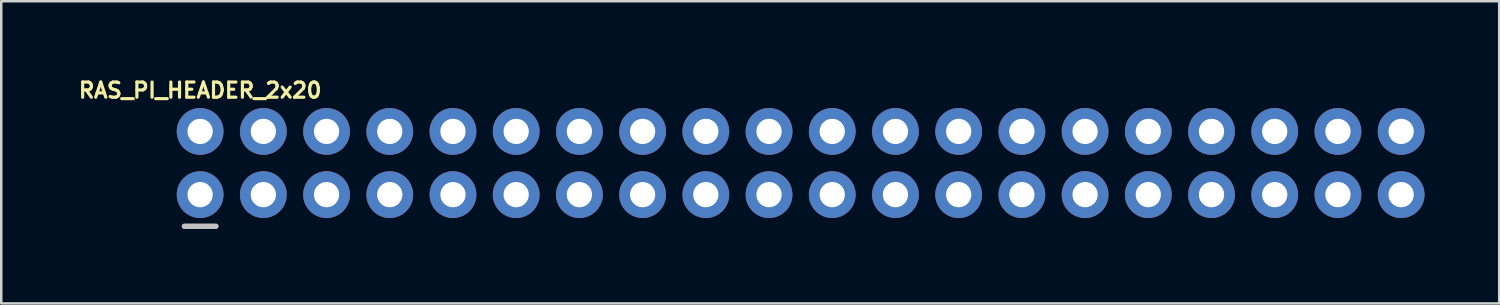
<source format=kicad_pcb>
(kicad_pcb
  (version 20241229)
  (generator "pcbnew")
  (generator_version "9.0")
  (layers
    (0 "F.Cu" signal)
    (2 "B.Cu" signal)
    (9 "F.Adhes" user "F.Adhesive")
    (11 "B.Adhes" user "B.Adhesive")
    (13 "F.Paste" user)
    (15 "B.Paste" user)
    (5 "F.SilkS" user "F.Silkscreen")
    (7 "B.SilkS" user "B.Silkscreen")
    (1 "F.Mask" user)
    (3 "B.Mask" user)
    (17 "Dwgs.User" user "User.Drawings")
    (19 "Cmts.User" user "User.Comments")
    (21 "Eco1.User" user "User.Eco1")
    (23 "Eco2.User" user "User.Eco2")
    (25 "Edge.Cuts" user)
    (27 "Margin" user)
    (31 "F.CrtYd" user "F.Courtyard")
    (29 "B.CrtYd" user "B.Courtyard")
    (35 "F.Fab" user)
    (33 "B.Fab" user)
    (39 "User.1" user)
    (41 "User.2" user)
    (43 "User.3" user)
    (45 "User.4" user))
  (footprint "RAS_PI_HEADER_2x20"
    (layer "F.Cu")
    (at 4.992 4.771)
    (property "Reference" "RAS_PI_HEADER_2x20" (at 0 -4.191 0) (layer "F.SilkS") (effects (font (size 0.61 0.61) (thickness 0.127))))
    (attr exclude_from_pos_files exclude_from_bom)
    (fp_line (start -0.635 1.27) (end 0.635 1.27) (stroke (width 0.203) (type solid)) (layer "Dwgs.User"))
    (fp_line (start 0.635 1.27) (end -0.635 1.27) (stroke (width 0.203) (type solid)) (layer "Dwgs.User"))
    (pad "1" thru_hole circle (at 0 0) (size 1.88 1.88) (drill 1.016) (layers "*.Cu" "*.Mask"))
    (pad "2" thru_hole circle (at 0 -2.54) (size 1.88 1.88) (drill 1.016) (layers "*.Cu" "*.Mask"))
    (pad "3" thru_hole circle (at 2.54 0) (size 1.88 1.88) (drill 1.016) (layers "*.Cu" "*.Mask"))
    (pad "4" thru_hole circle (at 2.54 -2.54) (size 1.88 1.88) (drill 1.016) (layers "*.Cu" "*.Mask"))
    (pad "5" thru_hole circle (at 5.08 0) (size 1.88 1.88) (drill 1.016) (layers "*.Cu" "*.Mask"))
    (pad "6" thru_hole circle (at 5.08 -2.54) (size 1.88 1.88) (drill 1.016) (layers "*.Cu" "*.Mask"))
    (pad "7" thru_hole circle (at 7.62 0) (size 1.88 1.88) (drill 1.016) (layers "*.Cu" "*.Mask"))
    (pad "8" thru_hole circle (at 7.62 -2.54) (size 1.88 1.88) (drill 1.016) (layers "*.Cu" "*.Mask"))
    (pad "9" thru_hole circle (at 10.16 0) (size 1.88 1.88) (drill 1.016) (layers "*.Cu" "*.Mask"))
    (pad "10" thru_hole circle (at 10.16 -2.54) (size 1.88 1.88) (drill 1.016) (layers "*.Cu" "*.Mask"))
    (pad "11" thru_hole circle (at 12.7 0) (size 1.88 1.88) (drill 1.016) (layers "*.Cu" "*.Mask"))
    (pad "12" thru_hole circle (at 12.7 -2.54) (size 1.88 1.88) (drill 1.016) (layers "*.Cu" "*.Mask"))
    (pad "13" thru_hole circle (at 15.24 0) (size 1.88 1.88) (drill 1.016) (layers "*.Cu" "*.Mask"))
    (pad "14" thru_hole circle (at 15.24 -2.54) (size 1.88 1.88) (drill 1.016) (layers "*.Cu" "*.Mask"))
    (pad "15" thru_hole circle (at 17.78 0) (size 1.88 1.88) (drill 1.016) (layers "*.Cu" "*.Mask"))
    (pad "16" thru_hole circle (at 17.78 -2.54) (size 1.88 1.88) (drill 1.016) (layers "*.Cu" "*.Mask"))
    (pad "17" thru_hole circle (at 20.32 0) (size 1.88 1.88) (drill 1.016) (layers "*.Cu" "*.Mask"))
    (pad "18" thru_hole circle (at 20.32 -2.54) (size 1.88 1.88) (drill 1.016) (layers "*.Cu" "*.Mask"))
    (pad "19" thru_hole circle (at 22.86 0) (size 1.88 1.88) (drill 1.016) (layers "*.Cu" "*.Mask"))
    (pad "20" thru_hole circle (at 22.86 -2.54) (size 1.88 1.88) (drill 1.016) (layers "*.Cu" "*.Mask"))
    (pad "21" thru_hole circle (at 25.4 0) (size 1.88 1.88) (drill 1.016) (layers "*.Cu" "*.Mask"))
    (pad "22" thru_hole circle (at 25.4 -2.54) (size 1.88 1.88) (drill 1.016) (layers "*.Cu" "*.Mask"))
    (pad "23" thru_hole circle (at 27.94 0) (size 1.88 1.88) (drill 1.016) (layers "*.Cu" "*.Mask"))
    (pad "24" thru_hole circle (at 27.94 -2.54) (size 1.88 1.88) (drill 1.016) (layers "*.Cu" "*.Mask"))
    (pad "25" thru_hole circle (at 30.48 0) (size 1.88 1.88) (drill 1.016) (layers "*.Cu" "*.Mask"))
    (pad "26" thru_hole circle (at 30.48 -2.54) (size 1.88 1.88) (drill 1.016) (layers "*.Cu" "*.Mask"))
    (pad "27" thru_hole circle (at 33.02 0) (size 1.88 1.88) (drill 1.016) (layers "*.Cu" "*.Mask"))
    (pad "28" thru_hole circle (at 33.02 -2.54) (size 1.88 1.88) (drill 1.016) (layers "*.Cu" "*.Mask"))
    (pad "29" thru_hole circle (at 35.56 0) (size 1.88 1.88) (drill 1.016) (layers "*.Cu" "*.Mask"))
    (pad "30" thru_hole circle (at 35.56 -2.54) (size 1.88 1.88) (drill 1.016) (layers "*.Cu" "*.Mask"))
    (pad "31" thru_hole circle (at 38.1 0) (size 1.88 1.88) (drill 1.016) (layers "*.Cu" "*.Mask"))
    (pad "32" thru_hole circle (at 38.1 -2.54) (size 1.88 1.88) (drill 1.016) (layers "*.Cu" "*.Mask"))
    (pad "33" thru_hole circle (at 40.64 0) (size 1.88 1.88) (drill 1.016) (layers "*.Cu" "*.Mask"))
    (pad "34" thru_hole circle (at 40.64 -2.54) (size 1.88 1.88) (drill 1.016) (layers "*.Cu" "*.Mask"))
    (pad "35" thru_hole circle (at 43.18 0) (size 1.88 1.88) (drill 1.016) (layers "*.Cu" "*.Mask"))
    (pad "36" thru_hole circle (at 43.18 -2.54) (size 1.88 1.88) (drill 1.016) (layers "*.Cu" "*.Mask"))
    (pad "37" thru_hole circle (at 45.72 0) (size 1.88 1.88) (drill 1.016) (layers "*.Cu" "*.Mask"))
    (pad "38" thru_hole circle (at 45.72 -2.54) (size 1.88 1.88) (drill 1.016) (layers "*.Cu" "*.Mask"))
    (pad "39" thru_hole circle (at 48.26 0) (size 1.88 1.88) (drill 1.016) (layers "*.Cu" "*.Mask"))
    (pad "40" thru_hole circle (at 48.26 -2.54) (size 1.88 1.88) (drill 1.016) (layers "*.Cu" "*.Mask")))
  (gr_rect
    (start -3 -3)
    (end 57.192 9.142)
    (stroke (width 0.1) (type default))
    (fill no)
    (layer "Edge.Cuts")))
</source>
